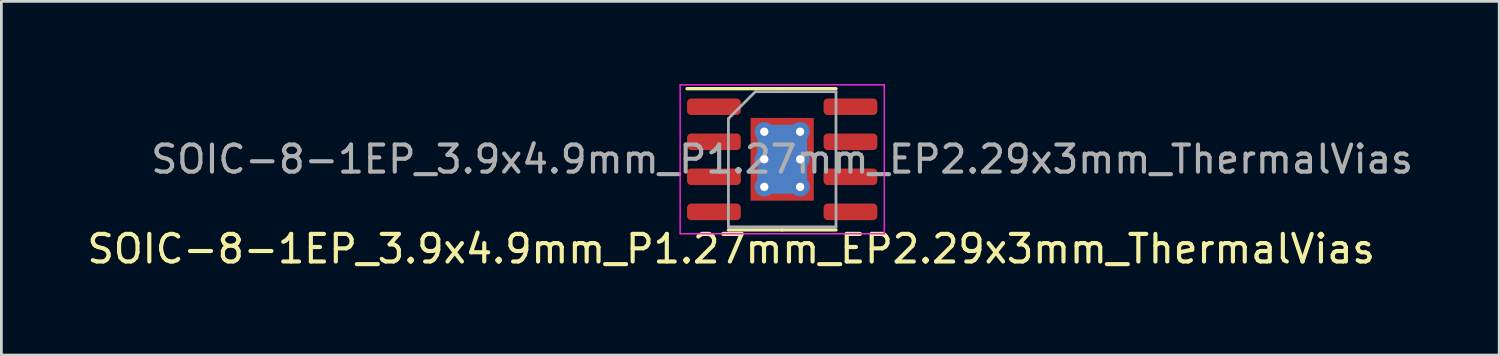
<source format=kicad_pcb>
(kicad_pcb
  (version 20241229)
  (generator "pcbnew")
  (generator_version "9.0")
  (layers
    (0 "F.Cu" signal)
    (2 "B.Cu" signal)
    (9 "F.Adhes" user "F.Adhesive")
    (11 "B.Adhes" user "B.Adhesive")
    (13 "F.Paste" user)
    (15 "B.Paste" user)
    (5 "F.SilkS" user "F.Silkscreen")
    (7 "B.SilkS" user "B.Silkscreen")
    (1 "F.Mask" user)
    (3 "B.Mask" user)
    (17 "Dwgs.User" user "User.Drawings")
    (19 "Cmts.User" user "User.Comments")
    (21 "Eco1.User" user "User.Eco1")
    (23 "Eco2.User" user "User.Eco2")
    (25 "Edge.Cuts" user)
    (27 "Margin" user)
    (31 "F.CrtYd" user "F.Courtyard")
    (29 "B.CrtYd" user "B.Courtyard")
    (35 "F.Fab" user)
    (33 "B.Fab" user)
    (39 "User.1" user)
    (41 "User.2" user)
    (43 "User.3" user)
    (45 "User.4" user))
  (footprint "SOIC-8-1EP_3.9x4.9mm_P1.27mm_EP2.29x3mm_ThermalVias"
    (layer "F.Cu")
    (at 25.308 2.725)
    (property "Reference" "SOIC-8-1EP_3.9x4.9mm_P1.27mm_EP2.29x3mm_ThermalVias" (at -1.85 3.25 180) (layer "F.SilkS") (effects (font (size 1 1) (thickness 0.15))))
    (attr smd)
    (fp_line (start 0 -2.56) (end -3.45 -2.56) (stroke (width 0.12) (type solid)) (layer "F.SilkS"))
    (fp_line (start 0 -2.56) (end 1.95 -2.56) (stroke (width 0.12) (type solid)) (layer "F.SilkS"))
    (fp_line (start 0 2.56) (end -1.95 2.56) (stroke (width 0.12) (type solid)) (layer "F.SilkS"))
    (fp_line (start 0 2.56) (end 1.95 2.56) (stroke (width 0.12) (type solid)) (layer "F.SilkS"))
    (fp_line (start -3.7 -2.7) (end -3.7 2.7) (stroke (width 0.05) (type solid)) (layer "F.CrtYd"))
    (fp_line (start -3.7 2.7) (end 3.7 2.7) (stroke (width 0.05) (type solid)) (layer "F.CrtYd"))
    (fp_line (start 3.7 -2.7) (end -3.7 -2.7) (stroke (width 0.05) (type solid)) (layer "F.CrtYd"))
    (fp_line (start 3.7 2.7) (end 3.7 -2.7) (stroke (width 0.05) (type solid)) (layer "F.CrtYd"))
    (fp_line (start -1.95 -1.475) (end -0.975 -2.45) (stroke (width 0.1) (type solid)) (layer "F.Fab"))
    (fp_line (start -1.95 2.45) (end -1.95 -1.475) (stroke (width 0.1) (type solid)) (layer "F.Fab"))
    (fp_line (start -0.975 -2.45) (end 1.95 -2.45) (stroke (width 0.1) (type solid)) (layer "F.Fab"))
    (fp_line (start 1.95 -2.45) (end 1.95 2.45) (stroke (width 0.1) (type solid)) (layer "F.Fab"))
    (fp_line (start 1.95 2.45) (end -1.95 2.45) (stroke (width 0.1) (type solid)) (layer "F.Fab"))
    (fp_text user "${REFERENCE}" (at 0 0 180) (layer "F.Fab") (effects (font (size 0.98 0.98) (thickness 0.15))))
    (pad "" smd roundrect (at -0.57 -0.75) (size 0.96 1.25) (layers "F.Paste") (roundrect_rratio 0.25))
    (pad "" smd roundrect (at -0.57 0.75) (size 0.96 1.25) (layers "F.Paste") (roundrect_rratio 0.25))
    (pad "" smd roundrect (at 0.57 -0.75) (size 0.96 1.25) (layers "F.Paste") (roundrect_rratio 0.25))
    (pad "" smd roundrect (at 0.57 0.75) (size 0.96 1.25) (layers "F.Paste") (roundrect_rratio 0.25))
    (pad "1" smd roundrect (at -2.475 -1.905) (size 1.95 0.6) (layers "F.Cu" "F.Mask" "F.Paste") (roundrect_rratio 0.25))
    (pad "2" smd roundrect (at -2.475 -0.635) (size 1.95 0.6) (layers "F.Cu" "F.Mask" "F.Paste") (roundrect_rratio 0.25))
    (pad "3" smd roundrect (at -2.475 0.635) (size 1.95 0.6) (layers "F.Cu" "F.Mask" "F.Paste") (roundrect_rratio 0.25))
    (pad "4" smd roundrect (at -2.475 1.905) (size 1.95 0.6) (layers "F.Cu" "F.Mask" "F.Paste") (roundrect_rratio 0.25))
    (pad "5" smd roundrect (at 2.475 1.905) (size 1.95 0.6) (layers "F.Cu" "F.Mask" "F.Paste") (roundrect_rratio 0.25))
    (pad "6" smd roundrect (at 2.475 0.635) (size 1.95 0.6) (layers "F.Cu" "F.Mask" "F.Paste") (roundrect_rratio 0.25))
    (pad "7" smd roundrect (at 2.475 -0.635) (size 1.95 0.6) (layers "F.Cu" "F.Mask" "F.Paste") (roundrect_rratio 0.25))
    (pad "8" smd roundrect (at 2.475 -1.905) (size 1.95 0.6) (layers "F.Cu" "F.Mask" "F.Paste") (roundrect_rratio 0.25))
    (pad "9" thru_hole circle (at -0.65 -1) (size 0.7 0.7) (drill 0.3) (layers "*.Cu"))
    (pad "9" thru_hole circle (at -0.65 0) (size 0.7 0.7) (drill 0.3) (layers "*.Cu"))
    (pad "9" thru_hole circle (at -0.65 1) (size 0.7 0.7) (drill 0.3) (layers "*.Cu"))
    (pad "9" smd rect (at 0 0) (size 1.8 2.5) (layers "B.Cu"))
    (pad "9" smd rect (at 0 0) (size 2.29 3) (layers "F.Cu" "F.Mask"))
    (pad "9" thru_hole circle (at 0.65 -1) (size 0.7 0.7) (drill 0.3) (layers "*.Cu"))
    (pad "9" thru_hole circle (at 0.65 0) (size 0.7 0.7) (drill 0.3) (layers "*.Cu"))
    (pad "9" thru_hole circle (at 0.65 1) (size 0.7 0.7) (drill 0.3) (layers "*.Cu")))
  (gr_rect
    (start -3 -3)
    (end 51.302 9.823)
    (stroke (width 0.1) (type default))
    (fill no)
    (layer "Edge.Cuts")))
</source>
